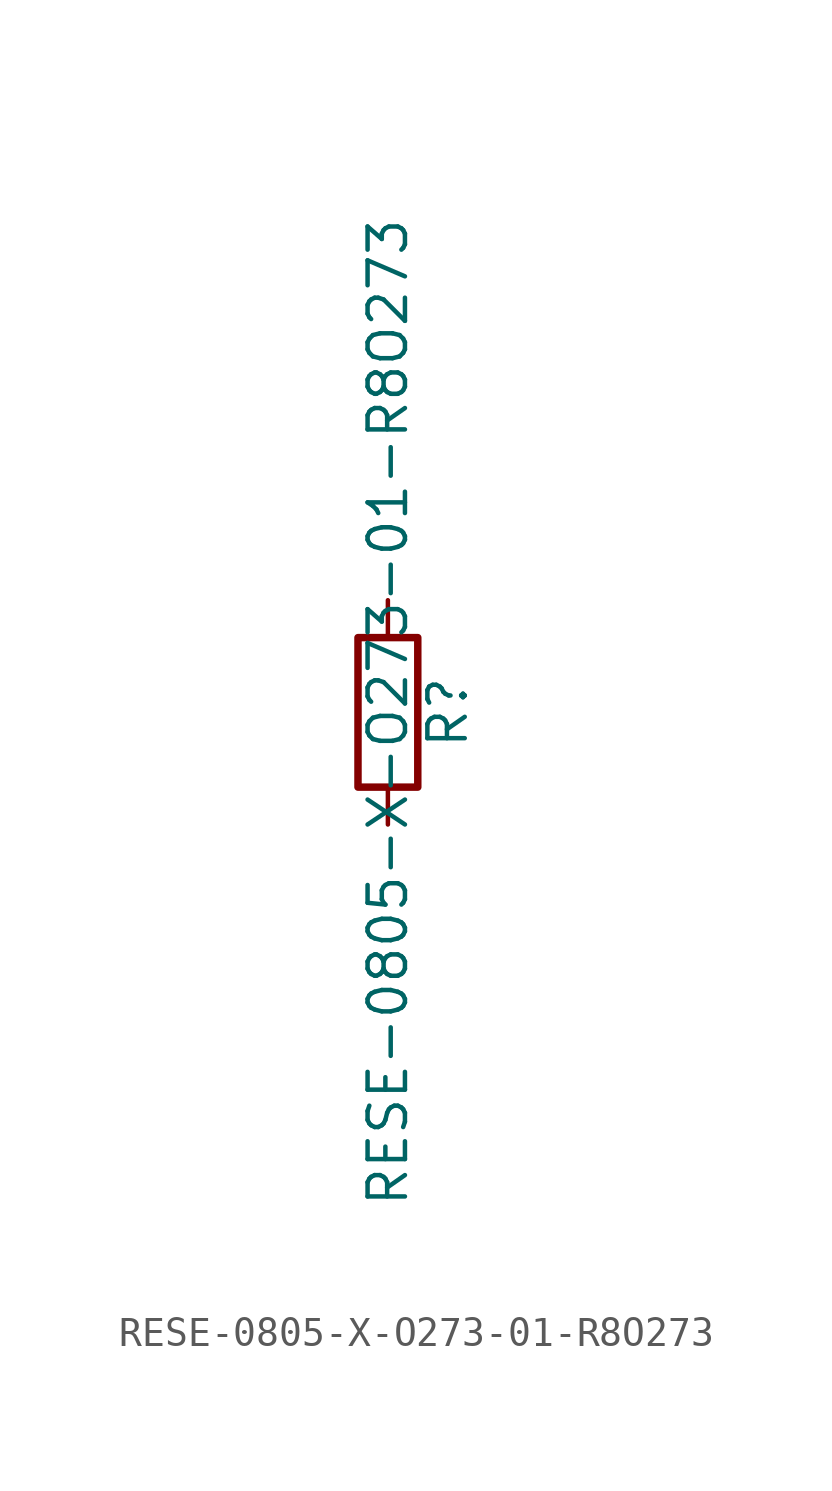
<source format=kicad_sym>
(kicad_symbol_lib
  (version 20211014)
  (generator kicad_symbol_editor)
  (symbol "RESE-0805-X-O273-01-R8O273"
    (pin_numbers hide)
    (pin_names
      (offset 0))
    (property "Reference" "R"
      (at 2.032 0 90)
      (effects (font (size 1.27 1.27))))
    (property "Value" "RESE-0805-X-O273-01-R8O273"
      (at 0 0 90)
      (effects (font (size 1.27 1.27))))
    (symbol "RESE-0805-X-O273-01-R8O273_0_1"
      (rectangle (start -1.016 -2.54) (end 1.016 2.54) (stroke (width 0.254) (type default) (color 0 0 0 0)) (fill (type none))))
    (symbol "RESE-0805-X-O273-01-R8O273_1_1"
      (pin passive line (at 0 3.81 270) (length 1.27) (name "~" (effects (font (size 1.27 1.27)))) (number "1" (effects (font (size 1.27 1.27)))))
      (pin passive line (at 0 -3.81 90) (length 1.27) (name "~" (effects (font (size 1.27 1.27)))) (number "2" (effects (font (size 1.27 1.27))))))))
</source>
